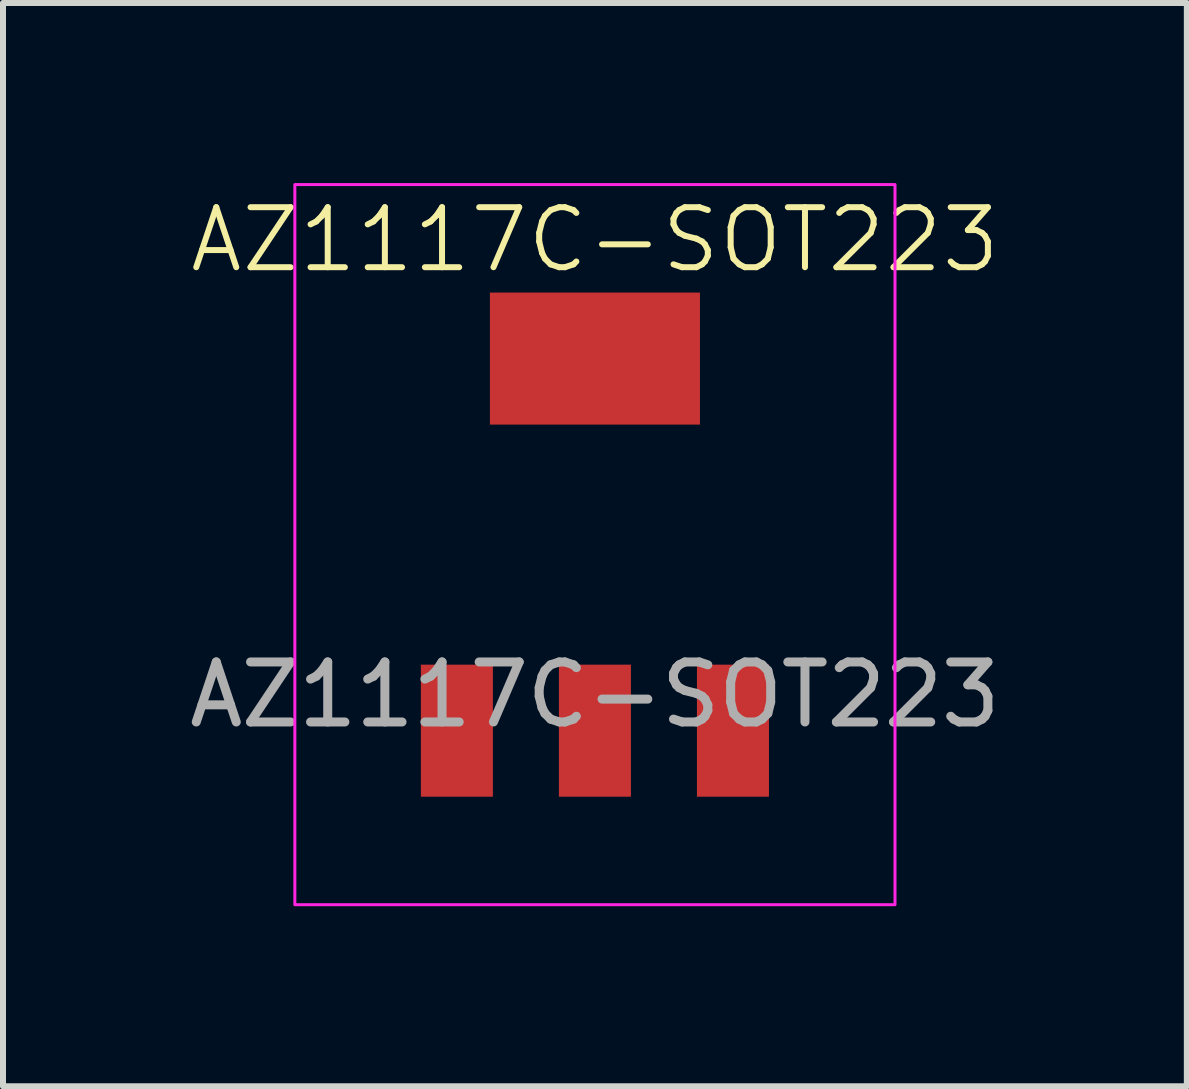
<source format=kicad_pcb>
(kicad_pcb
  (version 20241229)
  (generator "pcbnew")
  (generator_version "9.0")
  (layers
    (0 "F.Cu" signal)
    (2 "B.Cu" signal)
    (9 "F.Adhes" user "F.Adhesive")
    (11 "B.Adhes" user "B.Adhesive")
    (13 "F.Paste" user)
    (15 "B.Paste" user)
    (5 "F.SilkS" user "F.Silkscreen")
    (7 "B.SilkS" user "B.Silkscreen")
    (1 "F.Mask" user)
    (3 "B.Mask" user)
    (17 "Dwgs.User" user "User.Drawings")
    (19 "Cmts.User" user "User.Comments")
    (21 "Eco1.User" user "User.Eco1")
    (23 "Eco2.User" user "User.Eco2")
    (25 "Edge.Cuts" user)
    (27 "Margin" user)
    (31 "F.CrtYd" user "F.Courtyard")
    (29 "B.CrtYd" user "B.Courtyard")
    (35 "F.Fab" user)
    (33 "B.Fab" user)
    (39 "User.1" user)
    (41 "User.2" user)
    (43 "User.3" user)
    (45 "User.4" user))
  (footprint "AZ1117C-SOT223"
    (layer "F.Cu")
    (at 6.863 6.025)
    (property "Reference" "AZ1117C-SOT223" (at 0 -5.08 0) (unlocked yes) (layer "F.SilkS") (effects (font (size 1 1) (thickness 0.1))))
    (attr smd)
    (fp_rect (start -5 -6) (end 5 6) (stroke (width 0.05) (type default)) (fill no) (layer "F.CrtYd"))
    (fp_text user "${REFERENCE}" (at 0 2.5 0) (unlocked yes) (layer "F.Fab") (effects (font (size 1 1) (thickness 0.15))))
    (pad "1" smd rect (at -2.3 3.1) (size 1.2 2.2) (layers "F.Cu" "F.Mask" "F.Paste"))
    (pad "2" smd rect (at 0 3.1) (size 1.2 2.2) (layers "F.Cu" "F.Mask" "F.Paste"))
    (pad "3" smd rect (at 2.3 3.1) (size 1.2 2.2) (layers "F.Cu" "F.Mask" "F.Paste"))
    (pad "4" smd rect (at 0 -3.1) (size 3.5 2.2) (layers "F.Cu" "F.Mask" "F.Paste")))
  (gr_rect
    (start -3 -3)
    (end 16.726 15.05)
    (stroke (width 0.1) (type default))
    (fill no)
    (layer "Edge.Cuts")))
</source>
